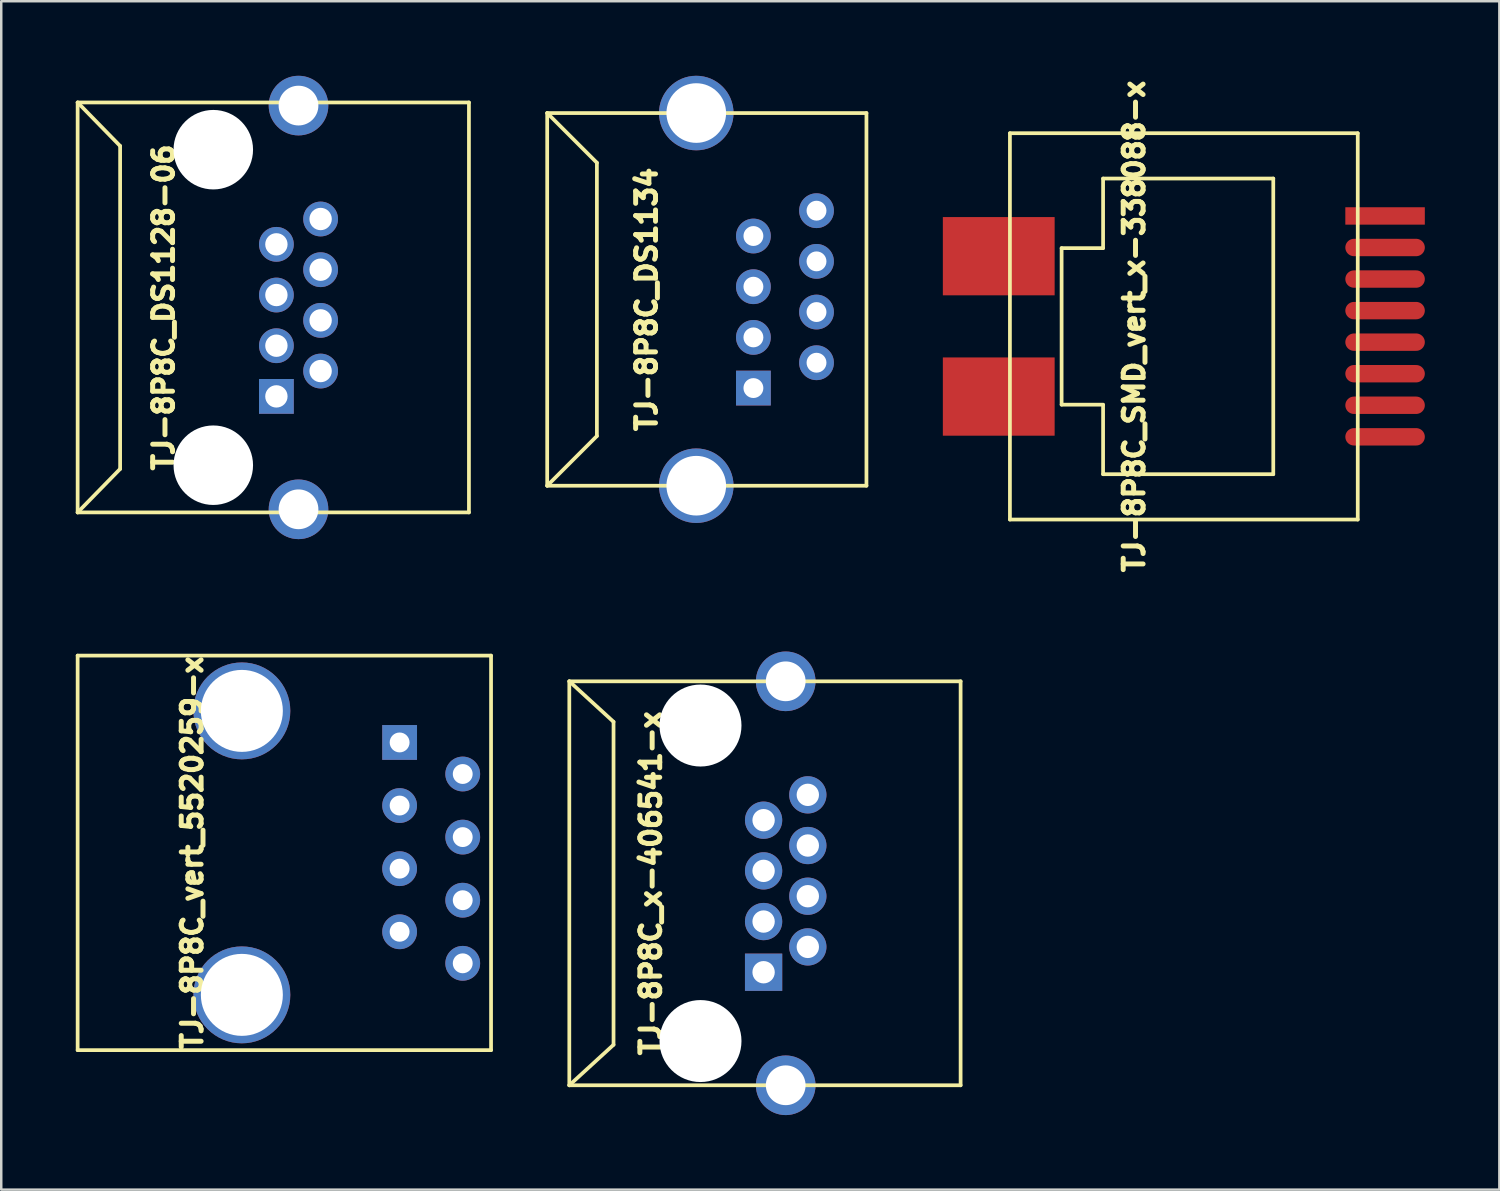
<source format=kicad_pcb>
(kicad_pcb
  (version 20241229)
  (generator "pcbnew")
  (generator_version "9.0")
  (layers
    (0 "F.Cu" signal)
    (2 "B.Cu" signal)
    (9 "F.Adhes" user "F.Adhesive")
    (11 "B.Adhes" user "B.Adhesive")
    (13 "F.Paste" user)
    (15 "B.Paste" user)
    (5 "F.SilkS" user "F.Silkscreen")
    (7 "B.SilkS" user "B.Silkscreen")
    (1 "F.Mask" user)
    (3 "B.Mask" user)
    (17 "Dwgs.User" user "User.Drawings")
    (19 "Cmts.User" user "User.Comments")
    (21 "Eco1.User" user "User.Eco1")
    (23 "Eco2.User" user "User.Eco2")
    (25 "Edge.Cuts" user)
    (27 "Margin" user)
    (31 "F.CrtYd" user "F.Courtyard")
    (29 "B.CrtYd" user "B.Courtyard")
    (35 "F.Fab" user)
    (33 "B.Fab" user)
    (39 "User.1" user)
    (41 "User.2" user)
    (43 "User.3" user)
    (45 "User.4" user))
  (footprint "TJ-8P8C_DS1134"
    (layer "F.Cu")
    (at 24.975 9)
    (property "Reference" "TJ-8P8C_DS1134" (at -2 0 90) (layer "F.SilkS") (effects (font (size 0.8 0.8) (thickness 0.2))))
    (attr through_hole)
    (fp_line (start -6 -7.5) (end -6 7.5) (stroke (width 0.15) (type solid)) (layer "F.SilkS"))
    (fp_line (start -6 7.5) (end -4 5.5) (stroke (width 0.15) (type solid)) (layer "F.SilkS"))
    (fp_line (start -6 7.5) (end 6.85 7.5) (stroke (width 0.15) (type solid)) (layer "F.SilkS"))
    (fp_line (start -4 -5.5) (end -6 -7.5) (stroke (width 0.15) (type solid)) (layer "F.SilkS"))
    (fp_line (start -4 5.5) (end -4 -5.5) (stroke (width 0.15) (type solid)) (layer "F.SilkS"))
    (fp_line (start 6.85 -7.5) (end -6 -7.5) (stroke (width 0.15) (type solid)) (layer "F.SilkS"))
    (fp_line (start 6.85 7.5) (end 6.85 -7.5) (stroke (width 0.15) (type solid)) (layer "F.SilkS"))
    (pad "1" thru_hole rect (at 2.3 3.57) (size 1.4 1.4) (drill 0.8) (layers "*.Cu" "*.Mask"))
    (pad "2" thru_hole circle (at 4.84 2.55) (size 1.4 1.4) (drill 0.8) (layers "*.Cu" "*.Mask"))
    (pad "3" thru_hole circle (at 2.3 1.53) (size 1.4 1.4) (drill 0.8) (layers "*.Cu" "*.Mask"))
    (pad "4" thru_hole circle (at 4.84 0.51) (size 1.4 1.4) (drill 0.8) (layers "*.Cu" "*.Mask"))
    (pad "5" thru_hole circle (at 2.3 -0.51) (size 1.4 1.4) (drill 0.8) (layers "*.Cu" "*.Mask"))
    (pad "6" thru_hole circle (at 4.84 -1.53) (size 1.4 1.4) (drill 0.8) (layers "*.Cu" "*.Mask"))
    (pad "7" thru_hole circle (at 2.3 -2.55) (size 1.4 1.4) (drill 0.8) (layers "*.Cu" "*.Mask"))
    (pad "8" thru_hole circle (at 4.84 -3.57) (size 1.4 1.4) (drill 0.8) (layers "*.Cu" "*.Mask"))
    (pad "H" thru_hole circle (at 0 -7.5) (size 3 3) (drill 2.4) (layers "*.Cu" "*.Mask"))
    (pad "H" thru_hole circle (at 0 7.5) (size 3 3) (drill 2.4) (layers "*.Cu" "*.Mask")))
  (footprint "TJ-8P8C_x-406541-x"
    (layer "F.Cu")
    (at 25.145 32.503)
    (property "Reference" "TJ-8P8C_x-406541-x" (at -2 0 90) (layer "F.SilkS") (effects (font (size 0.8 0.8) (thickness 0.2))))
    (attr through_hole)
    (fp_line (start -5.28 -8.13) (end -5.28 8.13) (stroke (width 0.15) (type solid)) (layer "F.SilkS"))
    (fp_line (start -5.28 8.13) (end -3.5 6.5) (stroke (width 0.15) (type solid)) (layer "F.SilkS"))
    (fp_line (start -5.28 8.13) (end 10.47 8.13) (stroke (width 0.15) (type solid)) (layer "F.SilkS"))
    (fp_line (start -3.5 -6.5) (end -5.28 -8.13) (stroke (width 0.15) (type solid)) (layer "F.SilkS"))
    (fp_line (start -3.5 6.5) (end -3.5 -6.5) (stroke (width 0.15) (type solid)) (layer "F.SilkS"))
    (fp_line (start 10.47 -8.13) (end -5.28 -8.13) (stroke (width 0.15) (type solid)) (layer "F.SilkS"))
    (fp_line (start 10.47 8.13) (end 10.47 -8.13) (stroke (width 0.15) (type solid)) (layer "F.SilkS"))
    (pad "" np_thru_hole circle (at 0 -6.35) (size 3.3 3.3) (drill 3.3) (layers "*.Cu" "*.Mask"))
    (pad "" np_thru_hole circle (at 0 6.35) (size 3.3 3.3) (drill 3.3) (layers "*.Cu" "*.Mask"))
    (pad "1" thru_hole rect (at 2.54 3.58) (size 1.5 1.5) (drill 0.9) (layers "*.Cu" "*.Mask"))
    (pad "2" thru_hole circle (at 4.32 2.56) (size 1.5 1.5) (drill 0.9) (layers "*.Cu" "*.Mask"))
    (pad "3" thru_hole circle (at 2.54 1.54) (size 1.5 1.5) (drill 0.9) (layers "*.Cu" "*.Mask"))
    (pad "4" thru_hole circle (at 4.32 0.52) (size 1.5 1.5) (drill 0.9) (layers "*.Cu" "*.Mask"))
    (pad "5" thru_hole circle (at 2.54 -0.5) (size 1.5 1.5) (drill 0.9) (layers "*.Cu" "*.Mask"))
    (pad "6" thru_hole circle (at 4.32 -1.52) (size 1.5 1.5) (drill 0.9) (layers "*.Cu" "*.Mask"))
    (pad "7" thru_hole circle (at 2.54 -2.54) (size 1.5 1.5) (drill 0.9) (layers "*.Cu" "*.Mask"))
    (pad "8" thru_hole circle (at 4.32 -3.56) (size 1.5 1.5) (drill 0.9) (layers "*.Cu" "*.Mask"))
    (pad "H" thru_hole circle (at 3.43 -8.13) (size 2.4 2.4) (drill 1.6) (layers "*.Cu" "*.Mask"))
    (pad "H" thru_hole circle (at 3.43 8.13) (size 2.4 2.4) (drill 1.6) (layers "*.Cu" "*.Mask")))
  (footprint "TJ-8P8C_DS1128-06"
    (layer "F.Cu")
    (at 5.535 9.325)
    (property "Reference" "TJ-8P8C_DS1128-06" (at -2 0 90) (layer "F.SilkS") (effects (font (size 0.8 0.8) (thickness 0.2))))
    (attr through_hole)
    (fp_line (start -5.46 -8.25) (end -5.46 8.25) (stroke (width 0.15) (type solid)) (layer "F.SilkS"))
    (fp_line (start -5.46 8.25) (end -3.75 6.5) (stroke (width 0.15) (type solid)) (layer "F.SilkS"))
    (fp_line (start -5.46 8.25) (end 10.29 8.25) (stroke (width 0.15) (type solid)) (layer "F.SilkS"))
    (fp_line (start -3.75 -6.5) (end -5.46 -8.25) (stroke (width 0.15) (type solid)) (layer "F.SilkS"))
    (fp_line (start -3.75 6.5) (end -3.75 -6.5) (stroke (width 0.15) (type solid)) (layer "F.SilkS"))
    (fp_line (start 10.29 -8.25) (end -5.46 -8.25) (stroke (width 0.15) (type solid)) (layer "F.SilkS"))
    (fp_line (start 10.29 8.25) (end 10.29 -8.25) (stroke (width 0.15) (type solid)) (layer "F.SilkS"))
    (pad "" np_thru_hole circle (at 0 -6.35) (size 3.2 3.2) (drill 3.2) (layers "*.Cu" "*.Mask"))
    (pad "" np_thru_hole circle (at 0 6.35) (size 3.2 3.2) (drill 3.2) (layers "*.Cu" "*.Mask"))
    (pad "1" thru_hole rect (at 2.54 3.58) (size 1.4 1.4) (drill 0.9) (layers "*.Cu" "*.Mask"))
    (pad "2" thru_hole circle (at 4.32 2.56) (size 1.4 1.4) (drill 0.9) (layers "*.Cu" "*.Mask"))
    (pad "3" thru_hole circle (at 2.54 1.54) (size 1.4 1.4) (drill 0.9) (layers "*.Cu" "*.Mask"))
    (pad "4" thru_hole circle (at 4.32 0.52) (size 1.4 1.4) (drill 0.9) (layers "*.Cu" "*.Mask"))
    (pad "5" thru_hole circle (at 2.54 -0.5) (size 1.4 1.4) (drill 0.9) (layers "*.Cu" "*.Mask"))
    (pad "6" thru_hole circle (at 4.32 -1.52) (size 1.4 1.4) (drill 0.9) (layers "*.Cu" "*.Mask"))
    (pad "7" thru_hole circle (at 2.54 -2.54) (size 1.4 1.4) (drill 0.9) (layers "*.Cu" "*.Mask"))
    (pad "8" thru_hole circle (at 4.32 -3.56) (size 1.4 1.4) (drill 0.9) (layers "*.Cu" "*.Mask"))
    (pad "H" thru_hole circle (at 3.43 -8.125) (size 2.4 2.4) (drill 1.6) (layers "*.Cu" "*.Mask"))
    (pad "H" thru_hole circle (at 3.43 8.125) (size 2.4 2.4) (drill 1.6) (layers "*.Cu" "*.Mask")))
  (footprint "TJ-8P8C_SMD_vert_x-338088-x"
    (layer "F.Cu")
    (at 44.6 10.087)
    (property "Reference" "TJ-8P8C_SMD_vert_x-338088-x" (at -2 0 270) (layer "F.SilkS") (effects (font (size 0.8 0.8) (thickness 0.2))))
    (attr smd)
    (fp_line (start -7 -7.775) (end -7 7.775) (stroke (width 0.15) (type solid)) (layer "F.SilkS"))
    (fp_line (start -7 7.775) (end 7 7.775) (stroke (width 0.15) (type solid)) (layer "F.SilkS"))
    (fp_line (start -4.92 -3.15) (end -3.25 -3.15) (stroke (width 0.15) (type solid)) (layer "F.SilkS"))
    (fp_line (start -4.92 3.15) (end -4.92 -3.15) (stroke (width 0.15) (type solid)) (layer "F.SilkS"))
    (fp_line (start -3.25 -5.95) (end 3.6 -5.95) (stroke (width 0.15) (type solid)) (layer "F.SilkS"))
    (fp_line (start -3.25 -3.15) (end -3.25 -5.95) (stroke (width 0.15) (type solid)) (layer "F.SilkS"))
    (fp_line (start -3.25 3.15) (end -4.92 3.15) (stroke (width 0.15) (type solid)) (layer "F.SilkS"))
    (fp_line (start -3.25 5.95) (end -3.25 3.16) (stroke (width 0.15) (type solid)) (layer "F.SilkS"))
    (fp_line (start 3.6 -5.95) (end 3.6 5.95) (stroke (width 0.15) (type solid)) (layer "F.SilkS"))
    (fp_line (start 3.6 5.95) (end -3.25 5.95) (stroke (width 0.15) (type solid)) (layer "F.SilkS"))
    (fp_line (start 7 -7.775) (end -7 -7.775) (stroke (width 0.15) (type solid)) (layer "F.SilkS"))
    (fp_line (start 7 7.775) (end 7 -7.775) (stroke (width 0.15) (type solid)) (layer "F.SilkS"))
    (pad "1" smd rect (at 8.1 -4.445) (size 3.2 0.7) (layers "F.Cu" "F.Mask" "F.Paste"))
    (pad "2" smd oval (at 8.1 -3.175) (size 3.2 0.7) (layers "F.Cu" "F.Mask" "F.Paste"))
    (pad "3" smd oval (at 8.1 -1.905) (size 3.2 0.7) (layers "F.Cu" "F.Mask" "F.Paste"))
    (pad "4" smd oval (at 8.1 -0.635) (size 3.2 0.7) (layers "F.Cu" "F.Mask" "F.Paste"))
    (pad "5" smd oval (at 8.1 0.635) (size 3.2 0.7) (layers "F.Cu" "F.Mask" "F.Paste"))
    (pad "6" smd oval (at 8.1 1.905) (size 3.2 0.7) (layers "F.Cu" "F.Mask" "F.Paste"))
    (pad "7" smd oval (at 8.1 3.175) (size 3.2 0.7) (layers "F.Cu" "F.Mask" "F.Paste"))
    (pad "8" smd oval (at 8.1 4.445) (size 3.2 0.7) (layers "F.Cu" "F.Mask" "F.Paste"))
    (pad "H" smd rect (at -7.45 -2.825) (size 4.5 3.15) (layers "F.Cu" "F.Mask" "F.Paste"))
    (pad "H" smd rect (at -7.45 2.825) (size 4.5 3.15) (layers "F.Cu" "F.Mask" "F.Paste")))
  (footprint "TJ-8P8C_vert_5520259-х"
    (layer "F.Cu")
    (at 6.685 31.279)
    (property "Reference" "TJ-8P8C_vert_5520259-х" (at -2 0 90) (layer "F.SilkS") (effects (font (size 0.8 0.8) (thickness 0.2))))
    (attr through_hole)
    (fp_line (start -6.61 -7.94) (end -6.61 7.94) (stroke (width 0.15) (type solid)) (layer "F.SilkS"))
    (fp_line (start -6.61 7.94) (end 10.03 7.94) (stroke (width 0.15) (type solid)) (layer "F.SilkS"))
    (fp_line (start 10.03 -7.94) (end -6.61 -7.94) (stroke (width 0.15) (type solid)) (layer "F.SilkS"))
    (fp_line (start 10.03 7.94) (end 10.03 -7.94) (stroke (width 0.15) (type solid)) (layer "F.SilkS"))
    (pad "1" thru_hole rect (at 6.35 -4.445) (size 1.4 1.4) (drill 0.8) (layers "*.Cu" "*.Mask"))
    (pad "2" thru_hole circle (at 8.89 -3.175) (size 1.4 1.4) (drill 0.8) (layers "*.Cu" "*.Mask"))
    (pad "3" thru_hole circle (at 6.35 -1.905) (size 1.4 1.4) (drill 0.8) (layers "*.Cu" "*.Mask"))
    (pad "4" thru_hole circle (at 8.89 -0.635) (size 1.4 1.4) (drill 0.8) (layers "*.Cu" "*.Mask"))
    (pad "5" thru_hole circle (at 6.35 0.635) (size 1.4 1.4) (drill 0.8) (layers "*.Cu" "*.Mask"))
    (pad "6" thru_hole circle (at 8.89 1.905) (size 1.4 1.4) (drill 0.8) (layers "*.Cu" "*.Mask"))
    (pad "7" thru_hole circle (at 6.35 3.175) (size 1.4 1.4) (drill 0.8) (layers "*.Cu" "*.Mask"))
    (pad "8" thru_hole circle (at 8.89 4.445) (size 1.4 1.4) (drill 0.8) (layers "*.Cu" "*.Mask"))
    (pad "H" thru_hole circle (at 0 -5.715) (size 3.9 3.9) (drill 3.3) (layers "*.Cu" "*.Mask"))
    (pad "H" thru_hole circle (at 0 5.715) (size 3.9 3.9) (drill 3.3) (layers "*.Cu" "*.Mask")))
  (gr_rect
    (start -3 -3)
    (end 57.3 44.833)
    (stroke (width 0.1) (type default))
    (fill no)
    (layer "Edge.Cuts")))
</source>
